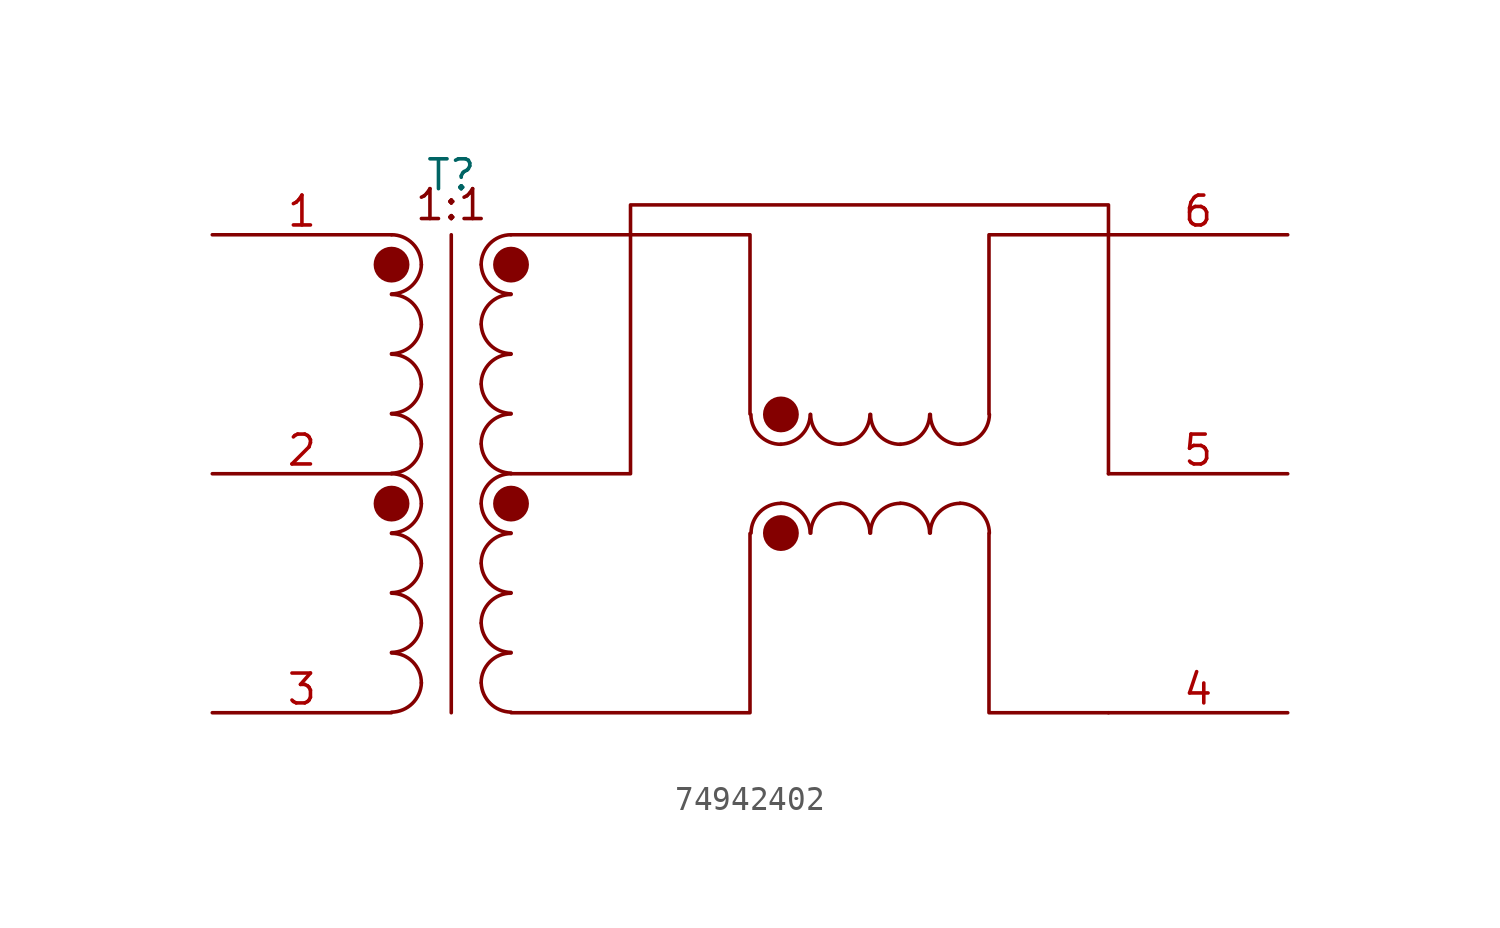
<source format=kicad_sym>
(kicad_symbol_lib
  (version 20220914)
  (generator kicad_symbol_editor)
  (symbol "74942402"
    (pin_names hide)
    (property "Reference" "T"
      (at 0 12.7 0)
      (effects (font (size 1.27 1.27))))
    (property "Critical Parameter" ""
      (at 0 -5.08 0)
      (effects (font (size 1.27 1.27)) (justify left)))
    (symbol "74942402_0_1"
      (arc (start -2.54 -10.1346) (mid -1.6561 -9.7663) (end -1.27 -8.89) (stroke (width 0) (type default)) (fill (type none)))
      (arc (start -2.54 -7.5946) (mid -1.6561 -7.2263) (end -1.27 -6.35) (stroke (width 0) (type default)) (fill (type none)))
      (arc (start -2.54 -5.0546) (mid -1.6561 -4.6863) (end -1.27 -3.81) (stroke (width 0) (type default)) (fill (type none)))
      (arc (start -2.54 -2.5146) (mid -1.6561 -2.1463) (end -1.27 -1.27) (stroke (width 0) (type default)) (fill (type none)))
      (arc (start -2.54 0.0254) (mid -1.6561 0.3937) (end -1.27 1.27) (stroke (width 0) (type default)) (fill (type none)))
      (arc (start -2.54 2.5654) (mid -1.6561 2.9337) (end -1.27 3.81) (stroke (width 0) (type default)) (fill (type none)))
      (arc (start -2.54 5.1054) (mid -1.6561 5.4737) (end -1.27 6.35) (stroke (width 0) (type default)) (fill (type none)))
      (arc (start -2.54 7.6454) (mid -1.6561 8.0137) (end -1.27 8.89) (stroke (width 0) (type default)) (fill (type none)))
      (arc (start -1.27 -8.89) (mid -1.642 -7.992) (end -2.54 -7.62) (stroke (width 0) (type default)) (fill (type none)))
      (arc (start -1.27 -6.35) (mid -1.642 -5.452) (end -2.54 -5.08) (stroke (width 0) (type default)) (fill (type none)))
      (arc (start -1.27 -3.81) (mid -1.642 -2.912) (end -2.54 -2.54) (stroke (width 0) (type default)) (fill (type none)))
      (arc (start -1.27 -1.27) (mid -1.642 -0.372) (end -2.54 0) (stroke (width 0) (type default)) (fill (type none)))
      (arc (start -1.27 1.27) (mid -1.642 2.168) (end -2.54 2.54) (stroke (width 0) (type default)) (fill (type none)))
      (arc (start -1.27 3.81) (mid -1.642 4.708) (end -2.54 5.08) (stroke (width 0) (type default)) (fill (type none)))
      (arc (start -1.27 6.35) (mid -1.642 7.248) (end -2.54 7.62) (stroke (width 0) (type default)) (fill (type none)))
      (arc (start -1.27 8.89) (mid -1.642 9.788) (end -2.54 10.16) (stroke (width 0) (type default)) (fill (type none)))
      (polyline (pts (xy 0 -10.16) (xy 0 10.16)) (stroke (width 0) (type default)) (fill (type none)))
      (polyline (pts (xy 2.54 -10.16) (xy 12.7 -10.16) (xy 12.7 -2.54)) (stroke (width 0) (type default)) (fill (type none)))
      (polyline (pts (xy 2.54 10.16) (xy 12.7 10.16) (xy 12.7 2.54)) (stroke (width 0) (type default)) (fill (type none)))
      (polyline (pts (xy 22.86 -2.54) (xy 22.86 -10.16) (xy 27.94 -10.16)) (stroke (width 0) (type default)) (fill (type none)))
      (polyline (pts (xy 22.86 2.54) (xy 22.86 10.16) (xy 27.94 10.16)) (stroke (width 0) (type default)) (fill (type none)))
      (polyline (pts (xy 2.54 0) (xy 7.62 0) (xy 7.62 11.43) (xy 27.94 11.43) (xy 27.94 0)) (stroke (width 0) (type default)) (fill (type none)))
      (arc (start 1.27 -8.89) (mid 1.6561 -9.7663) (end 2.54 -10.1346) (stroke (width 0) (type default)) (fill (type none)))
      (arc (start 1.27 -6.35) (mid 1.6561 -7.2263) (end 2.54 -7.5946) (stroke (width 0) (type default)) (fill (type none)))
      (arc (start 1.27 -3.81) (mid 1.6561 -4.6863) (end 2.54 -5.0546) (stroke (width 0) (type default)) (fill (type none)))
      (arc (start 1.27 -1.27) (mid 1.6561 -2.1463) (end 2.54 -2.5146) (stroke (width 0) (type default)) (fill (type none)))
      (arc (start 1.27 1.27) (mid 1.6561 0.3937) (end 2.54 0.0254) (stroke (width 0) (type default)) (fill (type none)))
      (arc (start 1.27 3.81) (mid 1.6561 2.9337) (end 2.54 2.5654) (stroke (width 0) (type default)) (fill (type none)))
      (arc (start 1.27 6.35) (mid 1.6561 5.4737) (end 2.54 5.1054) (stroke (width 0) (type default)) (fill (type none)))
      (arc (start 1.27 8.89) (mid 1.6561 8.0137) (end 2.54 7.6454) (stroke (width 0) (type default)) (fill (type none)))
      (arc (start 2.54 -7.62) (mid 1.642 -7.992) (end 1.27 -8.89) (stroke (width 0) (type default)) (fill (type none)))
      (arc (start 2.54 -5.08) (mid 1.642 -5.452) (end 1.27 -6.35) (stroke (width 0) (type default)) (fill (type none)))
      (arc (start 2.54 -2.54) (mid 1.642 -2.912) (end 1.27 -3.81) (stroke (width 0) (type default)) (fill (type none)))
      (arc (start 2.54 0) (mid 1.642 -0.372) (end 1.27 -1.27) (stroke (width 0) (type default)) (fill (type none)))
      (arc (start 2.54 2.54) (mid 1.642 2.168) (end 1.27 1.27) (stroke (width 0) (type default)) (fill (type none)))
      (arc (start 2.54 5.08) (mid 1.642 4.708) (end 1.27 3.81) (stroke (width 0) (type default)) (fill (type none)))
      (arc (start 2.54 7.62) (mid 1.642 7.248) (end 1.27 6.35) (stroke (width 0) (type default)) (fill (type none)))
      (arc (start 2.54 10.16) (mid 1.642 9.788) (end 1.27 8.89) (stroke (width 0) (type default)) (fill (type none)))
      (arc (start 12.7445 2.5215) (mid 13.1165 1.6235) (end 14.0145 1.2515) (stroke (width 0) (type default)) (fill (type none)))
      (arc (start 14.0145 -1.2515) (mid 13.1165 -1.6235) (end 12.7445 -2.5215) (stroke (width 0) (type default)) (fill (type none)))
      (arc (start 14.0145 1.2515) (mid 14.8908 1.6376) (end 15.2591 2.5215) (stroke (width 0) (type default)) (fill (type none)))
      (arc (start 15.2591 -2.5215) (mid 14.8908 -1.6376) (end 14.0145 -1.2515) (stroke (width 0) (type default)) (fill (type none)))
      (arc (start 15.2845 2.5215) (mid 15.6565 1.6235) (end 16.5545 1.2515) (stroke (width 0) (type default)) (fill (type none)))
      (arc (start 16.5545 -1.2515) (mid 15.6565 -1.6235) (end 15.2845 -2.5215) (stroke (width 0) (type default)) (fill (type none)))
      (arc (start 16.5545 1.2515) (mid 17.4308 1.6376) (end 17.7991 2.5215) (stroke (width 0) (type default)) (fill (type none)))
      (arc (start 17.7991 -2.5215) (mid 17.4308 -1.6376) (end 16.5545 -1.2515) (stroke (width 0) (type default)) (fill (type none)))
      (arc (start 17.8245 2.5215) (mid 18.1965 1.6235) (end 19.0945 1.2515) (stroke (width 0) (type default)) (fill (type none)))
      (arc (start 19.0945 -1.2515) (mid 18.1965 -1.6235) (end 17.8245 -2.5215) (stroke (width 0) (type default)) (fill (type none)))
      (arc (start 19.0945 1.2515) (mid 19.9708 1.6376) (end 20.3391 2.5215) (stroke (width 0) (type default)) (fill (type none)))
      (arc (start 20.3391 -2.5215) (mid 19.9708 -1.6376) (end 19.0945 -1.2515) (stroke (width 0) (type default)) (fill (type none)))
      (arc (start 20.3645 2.5215) (mid 20.7365 1.6235) (end 21.6345 1.2515) (stroke (width 0) (type default)) (fill (type none)))
      (arc (start 21.6345 -1.2515) (mid 20.7365 -1.6235) (end 20.3645 -2.5215) (stroke (width 0) (type default)) (fill (type none)))
      (arc (start 21.6345 1.2515) (mid 22.5108 1.6376) (end 22.8791 2.5215) (stroke (width 0) (type default)) (fill (type none)))
      (arc (start 22.8791 -2.5215) (mid 22.5108 -1.6376) (end 21.6345 -1.2515) (stroke (width 0) (type default)) (fill (type none))))
    (symbol "74942402_1_1"
      (circle (center -2.54 -1.27) (radius 0.0001) (stroke (width 0.762) (type default)) (fill (type none)))
      (circle (center -2.54 8.89) (radius 0.0001) (stroke (width 0.762) (type default)) (fill (type none)))
      (circle (center 2.54 -1.27) (radius 0.0001) (stroke (width 0.762) (type default)) (fill (type none)))
      (circle (center 2.54 8.89) (radius 0.0001) (stroke (width 0.762) (type default)) (fill (type none)))
      (circle (center 14.014 -2.522) (radius 0.0001) (stroke (width 0.762) (type default)) (fill (type none)))
      (circle (center 14.014 2.522) (radius 0.0001) (stroke (width 0.762) (type default)) (fill (type none)))
      (text "1:1" (at 0 11.43 0) (effects (font (size 1.27 1.27))))
      (pin passive line (at -10.16 10.16 0) (length 7.62) (name "1" (effects (font (size 1.27 1.27)))) (number "1" (effects (font (size 1.27 1.27)))))
      (pin passive line (at -10.16 0 0) (length 7.62) (name "2" (effects (font (size 1.27 1.27)))) (number "2" (effects (font (size 1.27 1.27)))))
      (pin passive line (at -10.16 -10.16 0) (length 7.62) (name "3" (effects (font (size 1.27 1.27)))) (number "3" (effects (font (size 1.27 1.27)))))
      (pin passive line (at 35.56 -10.16 180) (length 7.62) (name "4" (effects (font (size 1.27 1.27)))) (number "4" (effects (font (size 1.27 1.27)))))
      (pin passive line (at 35.56 0 180) (length 7.62) (name "5" (effects (font (size 1.27 1.27)))) (number "5" (effects (font (size 1.27 1.27)))))
      (pin passive line (at 35.56 10.16 180) (length 7.62) (name "6" (effects (font (size 1.27 1.27)))) (number "6" (effects (font (size 1.27 1.27))))))))
</source>
